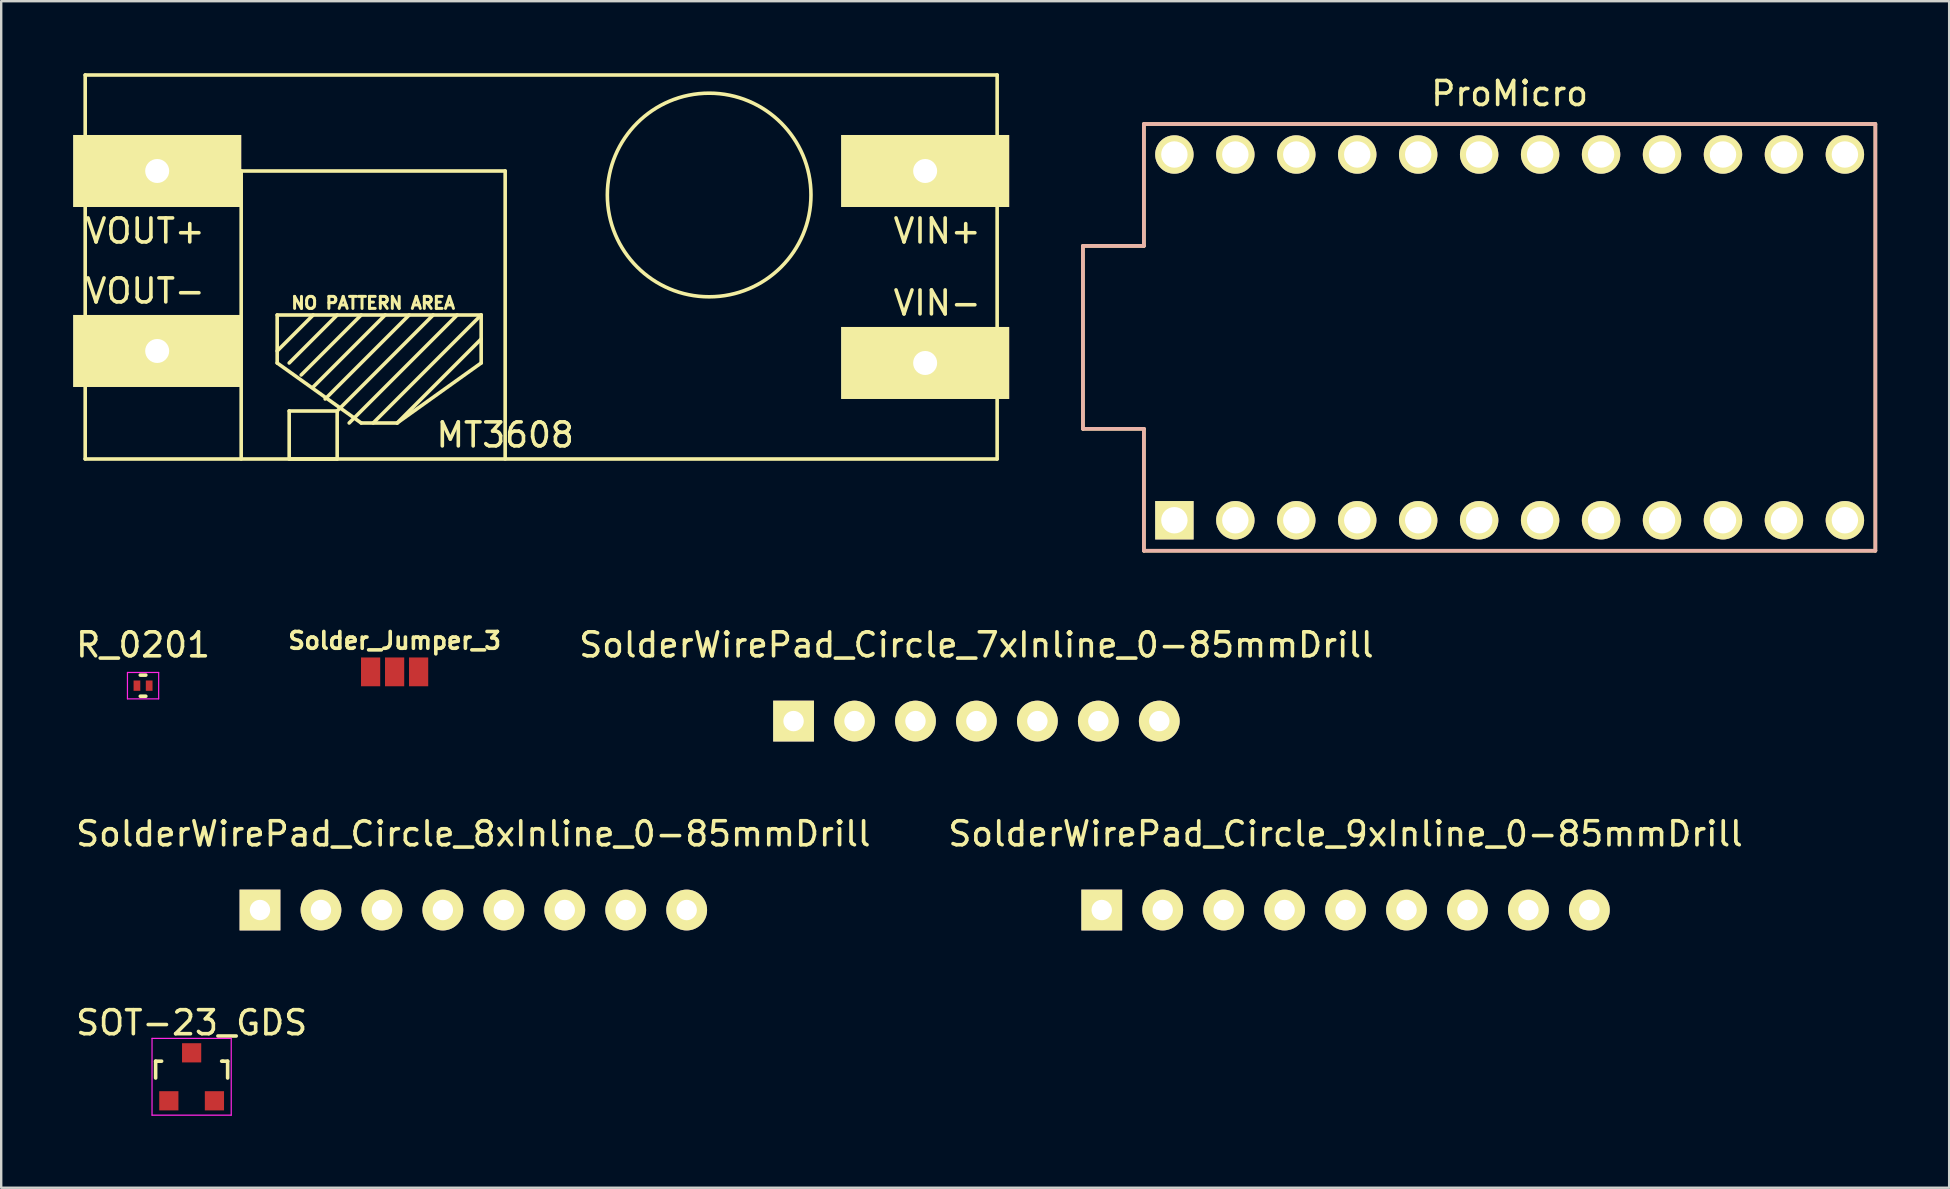
<source format=kicad_pcb>
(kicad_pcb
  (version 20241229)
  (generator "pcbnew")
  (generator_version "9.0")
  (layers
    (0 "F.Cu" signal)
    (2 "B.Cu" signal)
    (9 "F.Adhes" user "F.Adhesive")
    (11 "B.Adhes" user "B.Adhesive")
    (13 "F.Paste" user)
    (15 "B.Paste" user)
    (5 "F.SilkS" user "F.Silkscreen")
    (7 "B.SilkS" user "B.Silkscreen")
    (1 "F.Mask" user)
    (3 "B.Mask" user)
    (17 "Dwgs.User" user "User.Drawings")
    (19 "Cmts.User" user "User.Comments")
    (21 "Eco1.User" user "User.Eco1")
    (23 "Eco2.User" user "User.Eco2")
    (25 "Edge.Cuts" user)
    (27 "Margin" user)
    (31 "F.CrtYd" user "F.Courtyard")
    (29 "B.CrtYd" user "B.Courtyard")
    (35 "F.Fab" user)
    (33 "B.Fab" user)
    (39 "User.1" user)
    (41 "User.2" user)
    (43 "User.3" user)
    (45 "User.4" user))
  (footprint "MT3608"
    (layer "F.Cu")
    (at 19.5 8.075)
    (property "Reference" "MT3608" (at -1.5 7 0) (layer "F.SilkS") (effects (font (size 1 1) (thickness 0.15))))
    (attr through_hole)
    (fp_line (start -19 -8) (end -19 8) (stroke (width 0.15) (type solid)) (layer "F.SilkS"))
    (fp_line (start -19 8) (end 19 8) (stroke (width 0.15) (type solid)) (layer "F.SilkS"))
    (fp_line (start -12.5 -4) (end -1.5 -4) (stroke (width 0.15) (type solid)) (layer "F.SilkS"))
    (fp_line (start -12.5 8) (end -12.5 -4) (stroke (width 0.15) (type solid)) (layer "F.SilkS"))
    (fp_line (start -11 2) (end -2.5 2) (stroke (width 0.15) (type solid)) (layer "F.SilkS"))
    (fp_line (start -11 3.5) (end -9.5 2) (stroke (width 0.15) (type solid)) (layer "F.SilkS"))
    (fp_line (start -11 4) (end -11 2) (stroke (width 0.15) (type solid)) (layer "F.SilkS"))
    (fp_line (start -10.5 6) (end -10.5 8) (stroke (width 0.15) (type solid)) (layer "F.SilkS"))
    (fp_line (start -10.5 8) (end -8.5 8) (stroke (width 0.15) (type solid)) (layer "F.SilkS"))
    (fp_line (start -8.5 2) (end -10.5 4) (stroke (width 0.15) (type solid)) (layer "F.SilkS"))
    (fp_line (start -8.5 6) (end -10.5 6) (stroke (width 0.15) (type solid)) (layer "F.SilkS"))
    (fp_line (start -8.5 8) (end -8.5 6) (stroke (width 0.15) (type solid)) (layer "F.SilkS"))
    (fp_line (start -7.5 2) (end -10 4.5) (stroke (width 0.15) (type solid)) (layer "F.SilkS"))
    (fp_line (start -7.5 6.5) (end -11 4) (stroke (width 0.15) (type solid)) (layer "F.SilkS"))
    (fp_line (start -6.5 2) (end -9.5 5) (stroke (width 0.15) (type solid)) (layer "F.SilkS"))
    (fp_line (start -6 6.5) (end -7.5 6.5) (stroke (width 0.15) (type solid)) (layer "F.SilkS"))
    (fp_line (start -5.5 2) (end -9 5.5) (stroke (width 0.15) (type solid)) (layer "F.SilkS"))
    (fp_line (start -4.5 2) (end -8.5 6) (stroke (width 0.15) (type solid)) (layer "F.SilkS"))
    (fp_line (start -3.5 2) (end -8 6.5) (stroke (width 0.15) (type solid)) (layer "F.SilkS"))
    (fp_line (start -2.5 2) (end -7 6.5) (stroke (width 0.15) (type solid)) (layer "F.SilkS"))
    (fp_line (start -2.5 2) (end -2.5 4) (stroke (width 0.15) (type solid)) (layer "F.SilkS"))
    (fp_line (start -2.5 3) (end -6 6.5) (stroke (width 0.15) (type solid)) (layer "F.SilkS"))
    (fp_line (start -2.5 4) (end -6 6.5) (stroke (width 0.15) (type solid)) (layer "F.SilkS"))
    (fp_line (start -1.5 -4) (end -1.5 8) (stroke (width 0.15) (type solid)) (layer "F.SilkS"))
    (fp_line (start 19 -8) (end -19 -8) (stroke (width 0.15) (type solid)) (layer "F.SilkS"))
    (fp_line (start 19 8) (end 19 -8) (stroke (width 0.15) (type solid)) (layer "F.SilkS"))
    (fp_circle (center 7 -3) (end 4 -6) (stroke (width 0.15) (type solid)) (fill no) (layer "F.SilkS"))
    (fp_text user "NO PATTERN AREA" (at -7 1.5 0) (layer "F.SilkS") (effects (font (size 0.5 0.5) (thickness 0.125))))
    (fp_text user "VIN-" (at 16.5 1.5 0) (layer "F.SilkS") (effects (font (size 1 1) (thickness 0.15))))
    (fp_text user "VOUT+" (at -16.5 -1.5 0) (layer "F.SilkS") (effects (font (size 1 1) (thickness 0.15))))
    (fp_text user "VIN+" (at 16.5 -1.5 0) (layer "F.SilkS") (effects (font (size 1 1) (thickness 0.15))))
    (fp_text user "VOUT-" (at -16.5 1 0) (layer "F.SilkS") (effects (font (size 1 1) (thickness 0.15))))
    (pad "1" thru_hole rect (at 16 -4) (size 7 3) (drill 1) (layers "*.Cu" "*.Mask" "F.SilkS"))
    (pad "2" thru_hole rect (at 16 4) (size 7 3) (drill 1) (layers "*.Cu" "*.Mask" "F.SilkS"))
    (pad "3" thru_hole rect (at -16 -4) (size 7 3) (drill 1) (layers "*.Cu" "*.Mask" "F.SilkS"))
    (pad "4" thru_hole rect (at -16 3.5) (size 7 3) (drill 1) (layers "*.Cu" "*.Mask" "F.SilkS")))
  (footprint "SolderWirePad_Circle_9xInline_0-85mmDrill"
    (layer "F.Cu")
    (at 53.018 34.87)
    (property "Reference" "SolderWirePad_Circle_9xInline_0-85mmDrill" (at 0 -3.175 0) (layer "F.SilkS") (effects (font (size 1 1) (thickness 0.15))))
    (attr through_hole)
    (pad "1" thru_hole rect (at -10.16 0) (size 1.7 1.7) (drill 0.85) (layers "*.Cu" "*.Mask" "F.SilkS"))
    (pad "2" thru_hole circle (at -7.62 0) (size 1.7 1.7) (drill 0.85) (layers "*.Cu" "*.Mask" "F.SilkS"))
    (pad "3" thru_hole circle (at -5.08 0) (size 1.7 1.7) (drill 0.85) (layers "*.Cu" "*.Mask" "F.SilkS"))
    (pad "4" thru_hole circle (at -2.54 0) (size 1.7 1.7) (drill 0.85) (layers "*.Cu" "*.Mask" "F.SilkS"))
    (pad "5" thru_hole circle (at 0 0) (size 1.7 1.7) (drill 0.85) (layers "*.Cu" "*.Mask" "F.SilkS"))
    (pad "6" thru_hole circle (at 2.54 0) (size 1.7 1.7) (drill 0.85) (layers "*.Cu" "*.Mask" "F.SilkS"))
    (pad "7" thru_hole circle (at 5.08 0) (size 1.7 1.7) (drill 0.85) (layers "*.Cu" "*.Mask" "F.SilkS"))
    (pad "8" thru_hole circle (at 7.62 0) (size 1.7 1.7) (drill 0.85) (layers "*.Cu" "*.Mask" "F.SilkS"))
    (pad "9" thru_hole circle (at 10.16 0) (size 1.7 1.7) (drill 0.85) (layers "*.Cu" "*.Mask" "F.SilkS")))
  (footprint "R_0201"
    (layer "F.Cu")
    (at 2.911 25.521)
    (property "Reference" "R_0201" (at 0 -1.7 0) (layer "F.SilkS") (effects (font (size 1 1) (thickness 0.15))))
    (attr smd)
    (fp_line (start -0.115 0.44) (end 0.115 0.44) (stroke (width 0.15) (type solid)) (layer "F.SilkS"))
    (fp_line (start 0.115 -0.44) (end -0.115 -0.44) (stroke (width 0.15) (type solid)) (layer "F.SilkS"))
    (fp_line (start -0.65 -0.55) (end -0.65 0.55) (stroke (width 0.05) (type solid)) (layer "F.CrtYd"))
    (fp_line (start -0.65 -0.55) (end 0.65 -0.55) (stroke (width 0.05) (type solid)) (layer "F.CrtYd"))
    (fp_line (start -0.65 0.55) (end 0.65 0.55) (stroke (width 0.05) (type solid)) (layer "F.CrtYd"))
    (fp_line (start 0.65 -0.55) (end 0.65 0.55) (stroke (width 0.05) (type solid)) (layer "F.CrtYd"))
    (pad "1" smd rect (at -0.255 0) (size 0.28 0.43) (layers "F.Cu" "F.Mask" "F.Paste"))
    (pad "2" smd rect (at 0.255 0) (size 0.28 0.43) (layers "F.Cu" "F.Mask" "F.Paste")))
  (footprint "SOT-23_GDS"
    (layer "F.Cu")
    (at 4.935 41.818)
    (property "Reference" "SOT-23_GDS" (at 0 -2.25 0) (layer "F.SilkS") (effects (font (size 1 1) (thickness 0.15))))
    (attr smd)
    (fp_line (start -1.5 -0.65) (end -1.251 -0.65) (stroke (width 0.15) (type solid)) (layer "F.SilkS"))
    (fp_line (start -1.5 0.051) (end -1.5 -0.65) (stroke (width 0.15) (type solid)) (layer "F.SilkS"))
    (fp_line (start 1.299 -0.65) (end 1.251 -0.65) (stroke (width 0.15) (type solid)) (layer "F.SilkS"))
    (fp_line (start 1.299 -0.65) (end 1.5 -0.65) (stroke (width 0.15) (type solid)) (layer "F.SilkS"))
    (fp_line (start 1.5 -0.65) (end 1.5 0.051) (stroke (width 0.15) (type solid)) (layer "F.SilkS"))
    (fp_line (start -1.65 -1.6) (end 1.65 -1.6) (stroke (width 0.05) (type solid)) (layer "F.CrtYd"))
    (fp_line (start -1.65 1.6) (end -1.65 -1.6) (stroke (width 0.05) (type solid)) (layer "F.CrtYd"))
    (fp_line (start 1.65 -1.6) (end 1.65 1.6) (stroke (width 0.05) (type solid)) (layer "F.CrtYd"))
    (fp_line (start 1.65 1.6) (end -1.65 1.6) (stroke (width 0.05) (type solid)) (layer "F.CrtYd"))
    (pad "D" smd rect (at 0 -0.998) (size 0.8 0.8) (layers "F.Cu" "F.Mask" "F.Paste"))
    (pad "G" smd rect (at -0.95 1.001) (size 0.8 0.8) (layers "F.Cu" "F.Mask" "F.Paste"))
    (pad "S" smd rect (at 0.95 1.001) (size 0.8 0.8) (layers "F.Cu" "F.Mask" "F.Paste")))
  (footprint "Solder_Jumper_3"
    (layer "F.Cu")
    (at 13.393 24.946)
    (property "Reference" "Solder_Jumper_3" (at 0 -1.3 0) (layer "F.SilkS") (effects (font (size 0.7 0.7) (thickness 0.15))))
    (attr through_hole)
    (pad "1" smd rect (at -1 0) (size 0.8 1.2) (layers "F.Cu" "F.Mask" "F.Paste"))
    (pad "2" smd rect (at 0 0) (size 0.8 1.2) (layers "F.Cu" "F.Mask" "F.Paste"))
    (pad "3" smd rect (at 1 0) (size 0.8 1.2) (layers "F.Cu" "F.Mask" "F.Paste")))
  (footprint "SolderWirePad_Circle_8xInline_0-85mmDrill"
    (layer "F.Cu")
    (at 16.673 34.87)
    (property "Reference" "SolderWirePad_Circle_8xInline_0-85mmDrill" (at 0 -3.175 0) (layer "F.SilkS") (effects (font (size 1 1) (thickness 0.15))))
    (attr through_hole)
    (pad "1" thru_hole rect (at -8.89 0) (size 1.7 1.7) (drill 0.85) (layers "*.Cu" "*.Mask" "F.SilkS"))
    (pad "2" thru_hole circle (at -6.35 0) (size 1.7 1.7) (drill 0.85) (layers "*.Cu" "*.Mask" "F.SilkS"))
    (pad "3" thru_hole circle (at -3.81 0) (size 1.7 1.7) (drill 0.85) (layers "*.Cu" "*.Mask" "F.SilkS"))
    (pad "4" thru_hole circle (at -1.27 0) (size 1.7 1.7) (drill 0.85) (layers "*.Cu" "*.Mask" "F.SilkS"))
    (pad "5" thru_hole circle (at 1.27 0) (size 1.7 1.7) (drill 0.85) (layers "*.Cu" "*.Mask" "F.SilkS"))
    (pad "6" thru_hole circle (at 3.81 0) (size 1.7 1.7) (drill 0.85) (layers "*.Cu" "*.Mask" "F.SilkS"))
    (pad "7" thru_hole circle (at 6.35 0) (size 1.7 1.7) (drill 0.85) (layers "*.Cu" "*.Mask" "F.SilkS"))
    (pad "8" thru_hole circle (at 8.89 0) (size 1.7 1.7) (drill 0.85) (layers "*.Cu" "*.Mask" "F.SilkS")))
  (footprint "ProMicro"
    (layer "F.Cu")
    (at 59.855 11.008)
    (property "Reference" "ProMicro" (at 0 -10.16 0) (layer "F.SilkS") (effects (font (size 1 1) (thickness 0.15))))
    (attr through_hole)
    (fp_line (start -17.78 -3.81) (end -15.24 -3.81) (stroke (width 0.15) (type solid)) (layer "F.SilkS"))
    (fp_line (start -17.78 3.81) (end -17.78 -3.81) (stroke (width 0.15) (type solid)) (layer "F.SilkS"))
    (fp_line (start -15.24 -8.89) (end 15.24 -8.89) (stroke (width 0.15) (type solid)) (layer "F.SilkS"))
    (fp_line (start -15.24 -3.81) (end -15.24 -8.89) (stroke (width 0.15) (type solid)) (layer "F.SilkS"))
    (fp_line (start -15.24 3.81) (end -17.78 3.81) (stroke (width 0.15) (type solid)) (layer "F.SilkS"))
    (fp_line (start -15.24 8.89) (end -15.24 3.81) (stroke (width 0.15) (type solid)) (layer "F.SilkS"))
    (fp_line (start -15.24 8.89) (end 15.24 8.89) (stroke (width 0.15) (type solid)) (layer "F.SilkS"))
    (fp_line (start 15.24 -8.89) (end 15.24 8.89) (stroke (width 0.15) (type solid)) (layer "F.SilkS"))
    (fp_line (start -17.78 -3.81) (end -15.24 -3.81) (stroke (width 0.15) (type solid)) (layer "B.SilkS"))
    (fp_line (start -17.78 3.81) (end -17.78 -3.81) (stroke (width 0.15) (type solid)) (layer "B.SilkS"))
    (fp_line (start -15.24 -8.89) (end 15.24 -8.89) (stroke (width 0.15) (type solid)) (layer "B.SilkS"))
    (fp_line (start -15.24 -3.81) (end -15.24 -8.89) (stroke (width 0.15) (type solid)) (layer "B.SilkS"))
    (fp_line (start -15.24 3.81) (end -17.78 3.81) (stroke (width 0.15) (type solid)) (layer "B.SilkS"))
    (fp_line (start -15.24 8.89) (end -15.24 3.81) (stroke (width 0.15) (type solid)) (layer "B.SilkS"))
    (fp_line (start 15.24 -8.89) (end 15.24 8.89) (stroke (width 0.15) (type solid)) (layer "B.SilkS"))
    (fp_line (start 15.24 8.89) (end -15.24 8.89) (stroke (width 0.15) (type solid)) (layer "B.SilkS"))
    (pad "1" thru_hole rect (at -13.97 7.62) (size 1.6 1.6) (drill 1.1) (layers "*.Cu" "*.Mask" "F.SilkS"))
    (pad "2" thru_hole circle (at -11.43 7.62) (size 1.6 1.6) (drill 1.1) (layers "*.Cu" "*.Mask" "F.SilkS"))
    (pad "3" thru_hole circle (at -8.89 7.62) (size 1.6 1.6) (drill 1.1) (layers "*.Cu" "*.Mask" "F.SilkS"))
    (pad "4" thru_hole circle (at -6.35 7.62) (size 1.6 1.6) (drill 1.1) (layers "*.Cu" "*.Mask" "F.SilkS"))
    (pad "5" thru_hole circle (at -3.81 7.62) (size 1.6 1.6) (drill 1.1) (layers "*.Cu" "*.Mask" "F.SilkS"))
    (pad "6" thru_hole circle (at -1.27 7.62) (size 1.6 1.6) (drill 1.1) (layers "*.Cu" "*.Mask" "F.SilkS"))
    (pad "7" thru_hole circle (at 1.27 7.62) (size 1.6 1.6) (drill 1.1) (layers "*.Cu" "*.Mask" "F.SilkS"))
    (pad "8" thru_hole circle (at 3.81 7.62) (size 1.6 1.6) (drill 1.1) (layers "*.Cu" "*.Mask" "F.SilkS"))
    (pad "9" thru_hole circle (at 6.35 7.62) (size 1.6 1.6) (drill 1.1) (layers "*.Cu" "*.Mask" "F.SilkS"))
    (pad "10" thru_hole circle (at 8.89 7.62) (size 1.6 1.6) (drill 1.1) (layers "*.Cu" "*.Mask" "F.SilkS"))
    (pad "11" thru_hole circle (at 11.43 7.62) (size 1.6 1.6) (drill 1.1) (layers "*.Cu" "*.Mask" "F.SilkS"))
    (pad "12" thru_hole circle (at 13.97 7.62) (size 1.6 1.6) (drill 1.1) (layers "*.Cu" "*.Mask" "F.SilkS"))
    (pad "13" thru_hole circle (at 13.97 -7.62) (size 1.6 1.6) (drill 1.1) (layers "*.Cu" "*.Mask" "F.SilkS"))
    (pad "14" thru_hole circle (at 11.43 -7.62) (size 1.6 1.6) (drill 1.1) (layers "*.Cu" "*.Mask" "F.SilkS"))
    (pad "15" thru_hole circle (at 8.89 -7.62) (size 1.6 1.6) (drill 1.1) (layers "*.Cu" "*.Mask" "F.SilkS"))
    (pad "16" thru_hole circle (at 6.35 -7.62) (size 1.6 1.6) (drill 1.1) (layers "*.Cu" "*.Mask" "F.SilkS"))
    (pad "17" thru_hole circle (at 3.81 -7.62) (size 1.6 1.6) (drill 1.1) (layers "*.Cu" "*.Mask" "F.SilkS"))
    (pad "18" thru_hole circle (at 1.27 -7.62) (size 1.6 1.6) (drill 1.1) (layers "*.Cu" "*.Mask" "F.SilkS"))
    (pad "19" thru_hole circle (at -1.27 -7.62) (size 1.6 1.6) (drill 1.1) (layers "*.Cu" "*.Mask" "F.SilkS"))
    (pad "20" thru_hole circle (at -3.81 -7.62) (size 1.6 1.6) (drill 1.1) (layers "*.Cu" "*.Mask" "F.SilkS"))
    (pad "21" thru_hole circle (at -6.35 -7.62) (size 1.6 1.6) (drill 1.1) (layers "*.Cu" "*.Mask" "F.SilkS"))
    (pad "22" thru_hole circle (at -8.89 -7.62) (size 1.6 1.6) (drill 1.1) (layers "*.Cu" "*.Mask" "F.SilkS"))
    (pad "23" thru_hole circle (at -11.43 -7.62) (size 1.6 1.6) (drill 1.1) (layers "*.Cu" "*.Mask" "F.SilkS"))
    (pad "24" thru_hole circle (at -13.97 -7.62) (size 1.6 1.6) (drill 1.1) (layers "*.Cu" "*.Mask" "F.SilkS")))
  (footprint "SolderWirePad_Circle_7xInline_0-85mmDrill"
    (layer "F.Cu")
    (at 37.637 26.997)
    (property "Reference" "SolderWirePad_Circle_7xInline_0-85mmDrill" (at 0 -3.175 0) (layer "F.SilkS") (effects (font (size 1 1) (thickness 0.15))))
    (attr through_hole)
    (pad "1" thru_hole rect (at -7.62 0) (size 1.7 1.7) (drill 0.85) (layers "*.Cu" "*.Mask" "F.SilkS"))
    (pad "2" thru_hole circle (at -5.08 0) (size 1.7 1.7) (drill 0.85) (layers "*.Cu" "*.Mask" "F.SilkS"))
    (pad "3" thru_hole circle (at -2.54 0) (size 1.7 1.7) (drill 0.85) (layers "*.Cu" "*.Mask" "F.SilkS"))
    (pad "4" thru_hole circle (at 0 0) (size 1.7 1.7) (drill 0.85) (layers "*.Cu" "*.Mask" "F.SilkS"))
    (pad "5" thru_hole circle (at 2.54 0) (size 1.7 1.7) (drill 0.85) (layers "*.Cu" "*.Mask" "F.SilkS"))
    (pad "6" thru_hole circle (at 5.08 0) (size 1.7 1.7) (drill 0.85) (layers "*.Cu" "*.Mask" "F.SilkS"))
    (pad "7" thru_hole circle (at 7.62 0) (size 1.7 1.7) (drill 0.85) (layers "*.Cu" "*.Mask" "F.SilkS")))
  (gr_rect
    (start -3 -3)
    (end 78.17 46.443)
    (stroke (width 0.1) (type default))
    (fill no)
    (layer "Edge.Cuts")))
</source>
